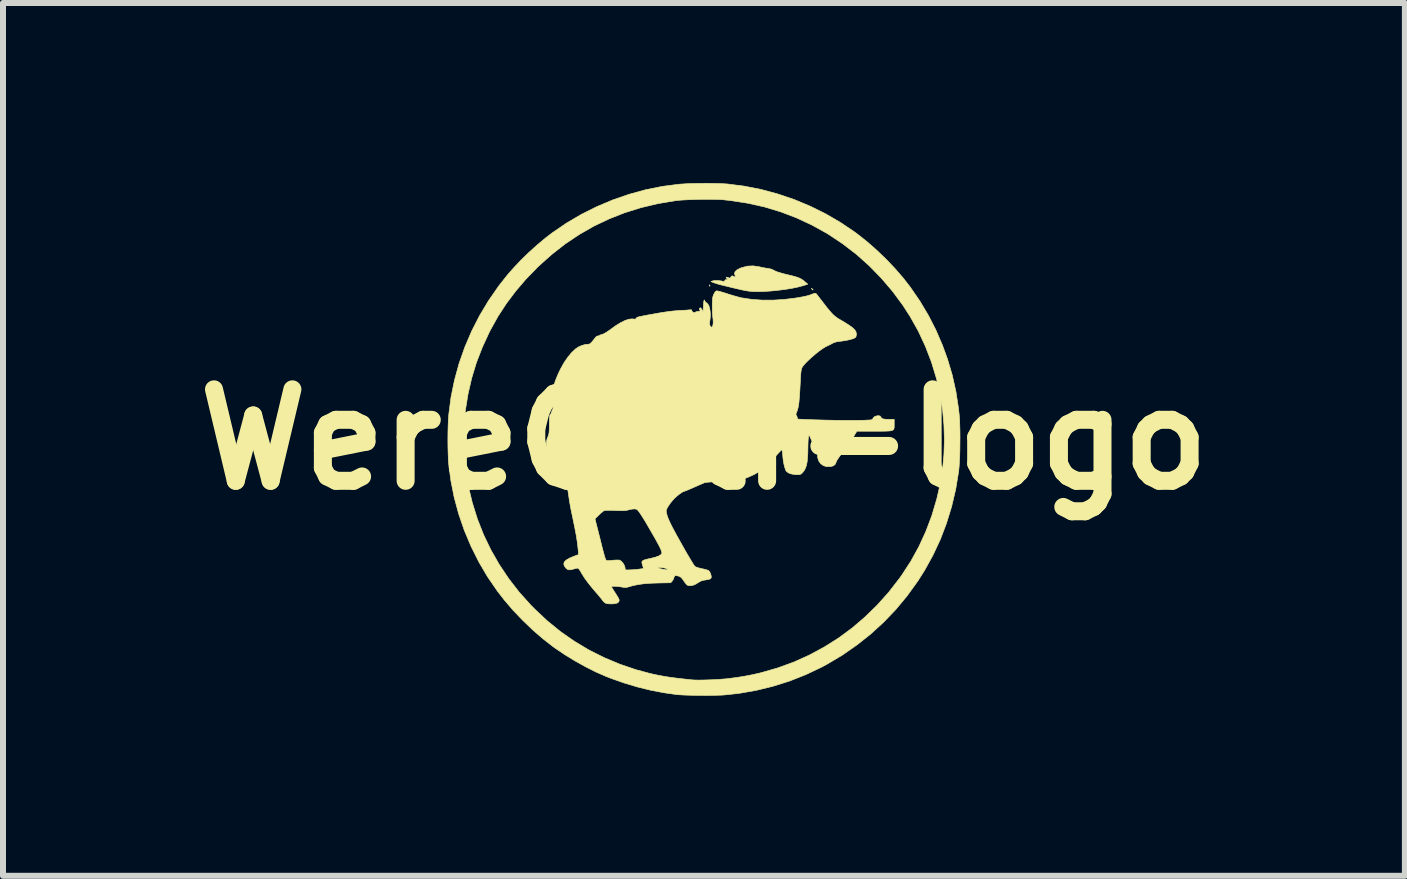
<source format=kicad_pcb>
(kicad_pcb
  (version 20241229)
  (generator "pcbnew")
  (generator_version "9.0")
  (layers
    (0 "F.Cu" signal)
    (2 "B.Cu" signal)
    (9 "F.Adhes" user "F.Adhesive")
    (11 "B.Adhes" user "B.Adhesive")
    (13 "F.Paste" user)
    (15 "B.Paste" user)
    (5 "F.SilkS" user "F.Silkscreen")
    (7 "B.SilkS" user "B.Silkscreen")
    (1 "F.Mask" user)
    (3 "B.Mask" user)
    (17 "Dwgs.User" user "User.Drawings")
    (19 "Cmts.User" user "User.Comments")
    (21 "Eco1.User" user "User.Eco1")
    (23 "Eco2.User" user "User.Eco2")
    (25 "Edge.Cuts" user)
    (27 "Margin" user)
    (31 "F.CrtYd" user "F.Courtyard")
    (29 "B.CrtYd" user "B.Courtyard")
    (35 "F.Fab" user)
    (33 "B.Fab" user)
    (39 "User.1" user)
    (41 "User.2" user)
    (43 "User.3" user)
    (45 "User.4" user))
  (footprint "WereCatf-logo"
    (layer "F.Cu")
    (at 8.68 4.272)
    (property "Reference" "WereCatf-logo" (at 0 0 0) (layer "F.SilkS") (effects (font (size 1.524 1.524) (thickness 0.3))))
    (attr through_hole)
    (fp_poly (pts (xy 0.098 -2.572) (xy 0.1 -2.557) (xy 0.098 -2.553) (xy 0.093 -2.556) (xy 0.092 -2.566) (xy 0.095 -2.577) (xy 0.098 -2.572)) (stroke (width 0.01) (type solid)) (fill yes) (layer "F.SilkS"))
    (fp_poly (pts (xy 1.793 -2.516) (xy 1.801 -2.511) (xy 1.817 -2.496) (xy 1.817 -2.489) (xy 1.815 -2.489) (xy 1.806 -2.496) (xy 1.797 -2.507) (xy 1.788 -2.519) (xy 1.793 -2.516)) (stroke (width 0.01) (type solid)) (fill yes) (layer "F.SilkS"))
    (fp_poly (pts (xy 0.916 -2.878) (xy 0.919 -2.877) (xy 0.968 -2.866) (xy 1.02 -2.856) (xy 1.063 -2.85) (xy 1.064 -2.85) (xy 1.119 -2.839) (xy 1.161 -2.82) (xy 1.162 -2.819) (xy 1.185 -2.807) (xy 1.218 -2.793) (xy 1.263 -2.779) (xy 1.322 -2.762) (xy 1.398 -2.743) (xy 1.459 -2.729) (xy 1.526 -2.711) (xy 1.58 -2.693) (xy 1.624 -2.671) (xy 1.664 -2.643) (xy 1.685 -2.625) (xy 1.73 -2.587) (xy 1.655 -2.563) (xy 1.57 -2.54) (xy 1.47 -2.519) (xy 1.359 -2.501) (xy 1.243 -2.486) (xy 1.126 -2.474) (xy 1.011 -2.466) (xy 0.905 -2.463) (xy 0.811 -2.465) (xy 0.766 -2.469) (xy 0.741 -2.472) (xy 0.714 -2.476) (xy 0.684 -2.481) (xy 0.647 -2.489) (xy 0.602 -2.499) (xy 0.546 -2.512) (xy 0.476 -2.528) (xy 0.392 -2.549) (xy 0.3 -2.571) (xy 0.253 -2.583) (xy 0.207 -2.597) (xy 0.17 -2.609) (xy 0.168 -2.61) (xy 0.117 -2.63) (xy 0.147 -2.642) (xy 0.179 -2.648) (xy 0.223 -2.648) (xy 0.275 -2.643) (xy 0.318 -2.635) (xy 0.338 -2.633) (xy 0.345 -2.642) (xy 0.345 -2.645) (xy 0.354 -2.659) (xy 0.372 -2.662) (xy 0.391 -2.663) (xy 0.392 -2.67) (xy 0.381 -2.682) (xy 0.369 -2.697) (xy 0.371 -2.702) (xy 0.382 -2.703) (xy 0.405 -2.697) (xy 0.414 -2.691) (xy 0.426 -2.686) (xy 0.44 -2.697) (xy 0.447 -2.706) (xy 0.463 -2.723) (xy 0.475 -2.726) (xy 0.492 -2.717) (xy 0.513 -2.709) (xy 0.523 -2.714) (xy 0.519 -2.731) (xy 0.518 -2.734) (xy 0.508 -2.765) (xy 0.518 -2.795) (xy 0.547 -2.823) (xy 0.597 -2.85) (xy 0.625 -2.861) (xy 0.722 -2.887) (xy 0.819 -2.892) (xy 0.916 -2.878)) (stroke (width 0.01) (type solid)) (fill yes) (layer "F.SilkS"))
    (fp_poly (pts (xy 0.141 -4.266) (xy 0.235 -4.264) (xy 0.318 -4.261) (xy 0.385 -4.257) (xy 0.386 -4.257) (xy 0.668 -4.221) (xy 0.949 -4.166) (xy 1.227 -4.091) (xy 1.5 -3.999) (xy 1.766 -3.888) (xy 2.024 -3.761) (xy 2.272 -3.617) (xy 2.508 -3.458) (xy 2.563 -3.417) (xy 2.723 -3.29) (xy 2.883 -3.149) (xy 3.038 -3) (xy 3.185 -2.845) (xy 3.32 -2.689) (xy 3.436 -2.54) (xy 3.597 -2.306) (xy 3.739 -2.068) (xy 3.864 -1.824) (xy 3.973 -1.571) (xy 4.057 -1.341) (xy 4.137 -1.072) (xy 4.198 -0.798) (xy 4.241 -0.517) (xy 4.253 -0.406) (xy 4.259 -0.334) (xy 4.262 -0.246) (xy 4.265 -0.148) (xy 4.266 -0.042) (xy 4.265 0.066) (xy 4.264 0.175) (xy 4.261 0.279) (xy 4.256 0.374) (xy 4.251 0.458) (xy 4.244 0.526) (xy 4.243 0.536) (xy 4.194 0.833) (xy 4.126 1.121) (xy 4.04 1.4) (xy 3.937 1.67) (xy 3.814 1.932) (xy 3.674 2.185) (xy 3.561 2.363) (xy 3.387 2.604) (xy 3.199 2.831) (xy 2.996 3.043) (xy 2.779 3.242) (xy 2.548 3.425) (xy 2.305 3.594) (xy 2.049 3.746) (xy 1.956 3.796) (xy 1.695 3.92) (xy 1.426 4.026) (xy 1.149 4.113) (xy 0.867 4.182) (xy 0.579 4.232) (xy 0.35 4.257) (xy 0.289 4.261) (xy 0.213 4.263) (xy 0.126 4.265) (xy 0.032 4.266) (xy -0.066 4.265) (xy -0.163 4.264) (xy -0.255 4.262) (xy -0.338 4.259) (xy -0.408 4.255) (xy -0.457 4.251) (xy -0.668 4.221) (xy -0.888 4.179) (xy -1.111 4.124) (xy -1.331 4.058) (xy -1.544 3.983) (xy -1.639 3.946) (xy -1.805 3.873) (xy -1.977 3.786) (xy -2.151 3.689) (xy -2.321 3.585) (xy -2.481 3.477) (xy -2.521 3.448) (xy -2.689 3.317) (xy -2.858 3.17) (xy -3.023 3.011) (xy -3.182 2.845) (xy -3.328 2.674) (xy -3.443 2.526) (xy -3.606 2.289) (xy -3.752 2.04) (xy -3.881 1.782) (xy -3.993 1.516) (xy -4.087 1.243) (xy -4.162 0.966) (xy -4.218 0.684) (xy -4.252 0.419) (xy -4.259 0.333) (xy -4.263 0.231) (xy -4.266 0.12) (xy -4.267 0.003) (xy -4.266 -0.081) (xy -4.001 -0.081) (xy -4.001 0.016) (xy -3.999 0.116) (xy -3.996 0.214) (xy -3.992 0.306) (xy -3.987 0.388) (xy -3.981 0.456) (xy -3.978 0.478) (xy -3.929 0.769) (xy -3.861 1.051) (xy -3.776 1.324) (xy -3.673 1.586) (xy -3.551 1.84) (xy -3.412 2.083) (xy -3.255 2.318) (xy -3.08 2.544) (xy -2.886 2.76) (xy -2.821 2.826) (xy -2.612 3.022) (xy -2.391 3.202) (xy -2.16 3.363) (xy -1.918 3.508) (xy -1.665 3.635) (xy -1.403 3.745) (xy -1.132 3.837) (xy -0.909 3.897) (xy -0.832 3.915) (xy -0.758 3.93) (xy -0.684 3.944) (xy -0.607 3.957) (xy -0.523 3.969) (xy -0.428 3.981) (xy -0.321 3.993) (xy -0.196 4.006) (xy -0.188 4.007) (xy -0.147 4.009) (xy -0.089 4.01) (xy -0.02 4.009) (xy 0.058 4.007) (xy 0.14 4.004) (xy 0.222 4) (xy 0.3 3.994) (xy 0.37 3.989) (xy 0.417 3.983) (xy 0.557 3.965) (xy 0.684 3.944) (xy 0.804 3.921) (xy 0.924 3.894) (xy 0.959 3.885) (xy 1.233 3.806) (xy 1.499 3.709) (xy 1.756 3.593) (xy 2.003 3.46) (xy 2.241 3.31) (xy 2.468 3.143) (xy 2.683 2.959) (xy 2.888 2.759) (xy 3.08 2.544) (xy 3.259 2.313) (xy 3.299 2.257) (xy 3.449 2.026) (xy 3.582 1.784) (xy 3.698 1.531) (xy 3.797 1.268) (xy 3.878 0.996) (xy 3.938 0.737) (xy 3.975 0.5) (xy 3.998 0.255) (xy 4.006 0.005) (xy 3.998 -0.246) (xy 3.976 -0.492) (xy 3.939 -0.729) (xy 3.938 -0.737) (xy 3.873 -1.018) (xy 3.79 -1.29) (xy 3.689 -1.553) (xy 3.571 -1.806) (xy 3.435 -2.048) (xy 3.318 -2.23) (xy 3.143 -2.467) (xy 2.954 -2.688) (xy 2.752 -2.895) (xy 2.538 -3.086) (xy 2.31 -3.261) (xy 2.071 -3.42) (xy 2.045 -3.436) (xy 1.797 -3.573) (xy 1.542 -3.692) (xy 1.279 -3.792) (xy 1.008 -3.874) (xy 0.73 -3.936) (xy 0.443 -3.98) (xy 0.316 -3.994) (xy 0.252 -3.998) (xy 0.172 -4) (xy 0.081 -4.001) (xy -0.016 -4.001) (xy -0.116 -3.999) (xy -0.214 -3.996) (xy -0.307 -3.992) (xy -0.389 -3.987) (xy -0.456 -3.981) (xy -0.478 -3.978) (xy -0.769 -3.929) (xy -1.05 -3.862) (xy -1.322 -3.777) (xy -1.583 -3.674) (xy -1.835 -3.554) (xy -2.078 -3.415) (xy -2.311 -3.259) (xy -2.535 -3.084) (xy -2.75 -2.892) (xy -2.778 -2.865) (xy -2.967 -2.67) (xy -3.138 -2.47) (xy -3.292 -2.265) (xy -3.431 -2.052) (xy -3.555 -1.829) (xy -3.578 -1.785) (xy -3.694 -1.533) (xy -3.792 -1.28) (xy -3.87 -1.023) (xy -3.931 -0.759) (xy -3.975 -0.487) (xy -3.994 -0.316) (xy -3.998 -0.252) (xy -4 -0.172) (xy -4.001 -0.081) (xy -4.266 -0.081) (xy -4.266 -0.114) (xy -4.263 -0.225) (xy -4.259 -0.327) (xy -4.252 -0.414) (xy -4.252 -0.419) (xy -4.215 -0.705) (xy -4.157 -0.987) (xy -4.081 -1.265) (xy -3.985 -1.538) (xy -3.871 -1.804) (xy -3.739 -2.063) (xy -3.589 -2.313) (xy -3.422 -2.554) (xy -3.277 -2.738) (xy -3.168 -2.862) (xy -3.046 -2.991) (xy -2.914 -3.119) (xy -2.777 -3.242) (xy -2.641 -3.356) (xy -2.53 -3.441) (xy -2.292 -3.604) (xy -2.043 -3.75) (xy -1.785 -3.879) (xy -1.519 -3.991) (xy -1.247 -4.085) (xy -0.97 -4.161) (xy -0.69 -4.217) (xy -0.419 -4.252) (xy -0.348 -4.257) (xy -0.263 -4.262) (xy -0.167 -4.265) (xy -0.065 -4.266) (xy 0.039 -4.267) (xy 0.141 -4.266)) (stroke (width 0.01) (type solid)) (fill yes) (layer "F.SilkS"))
    (fp_poly (pts (xy 0.227 -2.474) (xy 0.262 -2.466) (xy 0.311 -2.452) (xy 0.371 -2.433) (xy 0.386 -2.428) (xy 0.449 -2.408) (xy 0.514 -2.389) (xy 0.575 -2.372) (xy 0.626 -2.359) (xy 0.64 -2.357) (xy 0.8 -2.333) (xy 0.973 -2.321) (xy 1.154 -2.321) (xy 1.341 -2.333) (xy 1.529 -2.356) (xy 1.643 -2.376) (xy 1.691 -2.386) (xy 1.734 -2.397) (xy 1.768 -2.407) (xy 1.78 -2.412) (xy 1.821 -2.428) (xy 1.848 -2.435) (xy 1.865 -2.432) (xy 1.873 -2.425) (xy 1.883 -2.413) (xy 1.903 -2.387) (xy 1.93 -2.351) (xy 1.964 -2.308) (xy 1.993 -2.27) (xy 2.046 -2.201) (xy 2.091 -2.147) (xy 2.128 -2.104) (xy 2.162 -2.07) (xy 2.195 -2.043) (xy 2.228 -2.019) (xy 2.261 -1.999) (xy 2.342 -1.952) (xy 2.406 -1.911) (xy 2.456 -1.877) (xy 2.492 -1.847) (xy 2.517 -1.82) (xy 2.532 -1.794) (xy 2.539 -1.768) (xy 2.54 -1.752) (xy 2.536 -1.724) (xy 2.53 -1.706) (xy 2.512 -1.691) (xy 2.476 -1.676) (xy 2.425 -1.662) (xy 2.361 -1.648) (xy 2.285 -1.637) (xy 2.235 -1.631) (xy 2.195 -1.623) (xy 2.158 -1.61) (xy 2.143 -1.603) (xy 2.113 -1.586) (xy 2.075 -1.567) (xy 2.056 -1.559) (xy 2.016 -1.538) (xy 1.967 -1.507) (xy 1.912 -1.467) (xy 1.855 -1.421) (xy 1.798 -1.372) (xy 1.744 -1.323) (xy 1.697 -1.277) (xy 1.66 -1.235) (xy 1.636 -1.202) (xy 1.632 -1.194) (xy 1.625 -1.175) (xy 1.619 -1.146) (xy 1.614 -1.104) (xy 1.61 -1.047) (xy 1.606 -0.974) (xy 1.605 -0.953) (xy 1.599 -0.845) (xy 1.594 -0.756) (xy 1.588 -0.682) (xy 1.583 -0.622) (xy 1.576 -0.573) (xy 1.569 -0.534) (xy 1.561 -0.502) (xy 1.552 -0.474) (xy 1.551 -0.472) (xy 1.531 -0.418) (xy 1.521 -0.379) (xy 1.52 -0.355) (xy 1.529 -0.342) (xy 1.532 -0.341) (xy 1.546 -0.34) (xy 1.578 -0.338) (xy 1.625 -0.336) (xy 1.685 -0.333) (xy 1.756 -0.33) (xy 1.836 -0.327) (xy 1.915 -0.325) (xy 2.016 -0.322) (xy 2.119 -0.32) (xy 2.223 -0.318) (xy 2.324 -0.317) (xy 2.421 -0.317) (xy 2.511 -0.317) (xy 2.593 -0.318) (xy 2.664 -0.319) (xy 2.722 -0.322) (xy 2.765 -0.324) (xy 2.791 -0.327) (xy 2.796 -0.329) (xy 2.814 -0.345) (xy 2.819 -0.355) (xy 2.835 -0.375) (xy 2.864 -0.389) (xy 2.901 -0.396) (xy 2.906 -0.396) (xy 2.933 -0.39) (xy 2.948 -0.372) (xy 2.958 -0.356) (xy 2.973 -0.346) (xy 2.997 -0.339) (xy 3.033 -0.336) (xy 3.086 -0.335) (xy 3.17 -0.335) (xy 3.17 -0.256) (xy 3.17 -0.223) (xy 3.169 -0.197) (xy 3.165 -0.177) (xy 3.156 -0.162) (xy 3.139 -0.151) (xy 3.113 -0.144) (xy 3.076 -0.14) (xy 3.025 -0.138) (xy 2.959 -0.137) (xy 2.876 -0.137) (xy 2.837 -0.137) (xy 2.548 -0.137) (xy 2.508 -0.072) (xy 2.485 -0.03) (xy 2.465 0.014) (xy 2.452 0.048) (xy 2.438 0.083) (xy 2.417 0.113) (xy 2.386 0.144) (xy 2.378 0.151) (xy 2.341 0.187) (xy 2.302 0.23) (xy 2.265 0.275) (xy 2.234 0.319) (xy 2.211 0.356) (xy 2.2 0.384) (xy 2.185 0.416) (xy 2.157 0.439) (xy 2.112 0.452) (xy 2.101 0.453) (xy 2.04 0.453) (xy 1.987 0.435) (xy 1.943 0.402) (xy 1.911 0.356) (xy 1.894 0.3) (xy 1.893 0.24) (xy 1.901 0.192) (xy 1.918 0.15) (xy 1.945 0.108) (xy 1.984 0.064) (xy 2.008 0.037) (xy 2.024 0.015) (xy 2.029 0.004) (xy 2.028 0.003) (xy 2.015 0.002) (xy 1.991 0.008) (xy 1.973 0.014) (xy 1.913 0.036) (xy 1.869 0.047) (xy 1.836 0.049) (xy 1.812 0.039) (xy 1.794 0.019) (xy 1.78 -0.013) (xy 1.767 -0.044) (xy 1.757 -0.062) (xy 1.749 -0.066) (xy 1.743 -0.053) (xy 1.739 -0.025) (xy 1.735 0.022) (xy 1.733 0.087) (xy 1.732 0.137) (xy 1.73 0.232) (xy 1.725 0.31) (xy 1.719 0.373) (xy 1.709 0.424) (xy 1.696 0.466) (xy 1.68 0.501) (xy 1.666 0.523) (xy 1.64 0.557) (xy 1.615 0.577) (xy 1.586 0.587) (xy 1.545 0.588) (xy 1.522 0.586) (xy 1.458 0.576) (xy 1.408 0.558) (xy 1.375 0.533) (xy 1.364 0.518) (xy 1.348 0.473) (xy 1.333 0.416) (xy 1.321 0.352) (xy 1.315 0.295) (xy 1.311 0.254) (xy 1.308 0.218) (xy 1.305 0.195) (xy 1.304 0.194) (xy 1.299 0.17) (xy 1.268 0.199) (xy 1.25 0.218) (xy 1.222 0.248) (xy 1.188 0.286) (xy 1.151 0.327) (xy 1.145 0.334) (xy 1.07 0.414) (xy 0.997 0.481) (xy 0.919 0.537) (xy 0.833 0.586) (xy 0.735 0.63) (xy 0.655 0.661) (xy 0.564 0.694) (xy 0.305 0.701) (xy 0.21 0.704) (xy 0.132 0.708) (xy 0.072 0.712) (xy 0.031 0.717) (xy 0.01 0.721) (xy -0.012 0.73) (xy -0.047 0.745) (xy -0.093 0.765) (xy -0.145 0.788) (xy -0.17 0.799) (xy -0.22 0.821) (xy -0.265 0.84) (xy -0.3 0.854) (xy -0.322 0.862) (xy -0.327 0.864) (xy -0.346 0.87) (xy -0.375 0.887) (xy -0.411 0.913) (xy -0.448 0.942) (xy -0.484 0.974) (xy -0.492 0.982) (xy -0.527 1.02) (xy -0.561 1.063) (xy -0.591 1.106) (xy -0.614 1.145) (xy -0.627 1.176) (xy -0.63 1.189) (xy -0.624 1.231) (xy -0.608 1.287) (xy -0.581 1.353) (xy -0.548 1.422) (xy -0.52 1.477) (xy -0.486 1.54) (xy -0.449 1.609) (xy -0.408 1.682) (xy -0.367 1.755) (xy -0.326 1.828) (xy -0.286 1.898) (xy -0.248 1.961) (xy -0.215 2.017) (xy -0.187 2.063) (xy -0.166 2.096) (xy -0.152 2.114) (xy -0.15 2.117) (xy -0.129 2.127) (xy -0.094 2.139) (xy -0.051 2.15) (xy -0.031 2.154) (xy 0.012 2.164) (xy 0.048 2.174) (xy 0.073 2.183) (xy 0.079 2.186) (xy 0.097 2.21) (xy 0.113 2.245) (xy 0.121 2.28) (xy 0.122 2.29) (xy 0.118 2.31) (xy 0.104 2.324) (xy 0.077 2.333) (xy 0.034 2.34) (xy 0.022 2.342) (xy -0.02 2.349) (xy -0.058 2.363) (xy -0.098 2.387) (xy -0.103 2.39) (xy -0.146 2.416) (xy -0.183 2.43) (xy -0.218 2.436) (xy -0.243 2.438) (xy -0.263 2.435) (xy -0.28 2.426) (xy -0.299 2.408) (xy -0.322 2.378) (xy -0.352 2.334) (xy -0.378 2.302) (xy -0.405 2.284) (xy -0.427 2.276) (xy -0.463 2.269) (xy -0.484 2.272) (xy -0.496 2.288) (xy -0.501 2.304) (xy -0.512 2.334) (xy -0.53 2.361) (xy -0.554 2.388) (xy -0.757 2.392) (xy -0.884 2.396) (xy -0.994 2.404) (xy -1.09 2.417) (xy -1.175 2.434) (xy -1.233 2.45) (xy -1.273 2.462) (xy -1.302 2.467) (xy -1.33 2.466) (xy -1.365 2.46) (xy -1.405 2.454) (xy -1.447 2.449) (xy -1.487 2.447) (xy -1.519 2.447) (xy -1.538 2.45) (xy -1.541 2.452) (xy -1.537 2.462) (xy -1.525 2.485) (xy -1.504 2.518) (xy -1.479 2.557) (xy -1.453 2.598) (xy -1.431 2.635) (xy -1.417 2.663) (xy -1.412 2.678) (xy -1.42 2.706) (xy -1.445 2.726) (xy -1.487 2.737) (xy -1.527 2.74) (xy -1.569 2.74) (xy -1.606 2.737) (xy -1.631 2.733) (xy -1.656 2.718) (xy -1.682 2.692) (xy -1.687 2.686) (xy -1.703 2.664) (xy -1.729 2.631) (xy -1.762 2.591) (xy -1.798 2.55) (xy -1.802 2.546) (xy -1.874 2.46) (xy -1.934 2.385) (xy -1.984 2.317) (xy -2.025 2.253) (xy -2.043 2.223) (xy -2.067 2.182) (xy -2.088 2.155) (xy -2.102 2.144) (xy -2.103 2.144) (xy -2.123 2.147) (xy -2.152 2.154) (xy -2.17 2.159) (xy -2.216 2.171) (xy -2.25 2.173) (xy -2.275 2.165) (xy -2.299 2.145) (xy -2.305 2.138) (xy -2.33 2.102) (xy -2.336 2.069) (xy -2.325 2.039) (xy -2.294 2.009) (xy -2.244 1.98) (xy -2.187 1.955) (xy -2.09 1.918) (xy -2.097 1.831) (xy -2.108 1.731) (xy -2.126 1.612) (xy -2.152 1.475) (xy -2.183 1.323) (xy -1.816 1.323) (xy -1.729 1.667) (xy -1.706 1.76) (xy -1.687 1.835) (xy -1.671 1.893) (xy -1.659 1.938) (xy -1.649 1.971) (xy -1.64 1.993) (xy -1.634 2.007) (xy -1.627 2.014) (xy -1.621 2.017) (xy -1.602 2.019) (xy -1.568 2.018) (xy -1.527 2.014) (xy -1.515 2.013) (xy -1.46 2.009) (xy -1.419 2.01) (xy -1.402 2.013) (xy -1.376 2.031) (xy -1.349 2.061) (xy -1.328 2.097) (xy -1.316 2.132) (xy -1.315 2.138) (xy -1.313 2.161) (xy -1.311 2.172) (xy -1.311 2.172) (xy -1.301 2.174) (xy -1.275 2.175) (xy -1.239 2.174) (xy -1.195 2.172) (xy -1.151 2.169) (xy -1.109 2.165) (xy -1.097 2.163) (xy -1.058 2.158) (xy -1.027 2.154) (xy -1.01 2.151) (xy -1.009 2.15) (xy -1.01 2.139) (xy -1.01 2.139) (xy -0.768 2.139) (xy -0.757 2.145) (xy -0.728 2.154) (xy -0.698 2.16) (xy -0.651 2.169) (xy -0.621 2.172) (xy -0.606 2.172) (xy -0.603 2.167) (xy -0.604 2.164) (xy -0.62 2.154) (xy -0.65 2.144) (xy -0.687 2.137) (xy -0.726 2.134) (xy -0.731 2.134) (xy -0.759 2.135) (xy -0.768 2.139) (xy -1.01 2.139) (xy -1.017 2.117) (xy -1.021 2.103) (xy -1.031 2.072) (xy -1.035 2.048) (xy -1.03 2.03) (xy -1.014 2.016) (xy -0.984 2.005) (xy -0.939 1.993) (xy -0.884 1.981) (xy -0.809 1.962) (xy -0.754 1.942) (xy -0.719 1.921) (xy -0.707 1.908) (xy -0.703 1.896) (xy -0.703 1.879) (xy -0.71 1.855) (xy -0.723 1.823) (xy -0.743 1.781) (xy -0.772 1.727) (xy -0.809 1.659) (xy -0.849 1.59) (xy -0.903 1.496) (xy -0.949 1.417) (xy -0.987 1.352) (xy -1.02 1.3) (xy -1.047 1.257) (xy -1.071 1.222) (xy -1.09 1.196) (xy -1.111 1.172) (xy -1.131 1.161) (xy -1.158 1.158) (xy -1.162 1.158) (xy -1.198 1.161) (xy -1.24 1.169) (xy -1.261 1.175) (xy -1.286 1.181) (xy -1.313 1.185) (xy -1.346 1.187) (xy -1.39 1.187) (xy -1.449 1.185) (xy -1.48 1.184) (xy -1.55 1.181) (xy -1.601 1.181) (xy -1.637 1.183) (xy -1.66 1.186) (xy -1.668 1.189) (xy -1.686 1.202) (xy -1.713 1.224) (xy -1.745 1.253) (xy -1.754 1.262) (xy -1.816 1.323) (xy -2.183 1.323) (xy -2.184 1.318) (xy -2.189 1.296) (xy -2.204 1.224) (xy -2.219 1.151) (xy -2.232 1.08) (xy -2.243 1.019) (xy -2.249 0.975) (xy -2.256 0.927) (xy -2.262 0.886) (xy -2.267 0.856) (xy -2.271 0.842) (xy -2.282 0.828) (xy -2.306 0.808) (xy -2.327 0.793) (xy -2.375 0.756) (xy -2.425 0.707) (xy -2.471 0.651) (xy -2.509 0.596) (xy -2.511 0.593) (xy -2.53 0.564) (xy -2.549 0.543) (xy -2.56 0.536) (xy -2.573 0.526) (xy -2.582 0.503) (xy -2.585 0.481) (xy -2.591 0.445) (xy -2.6 0.399) (xy -2.609 0.361) (xy -2.618 0.309) (xy -2.624 0.246) (xy -2.626 0.168) (xy -2.626 0.152) (xy -2.626 0.095) (xy -2.625 0.053) (xy -2.621 0.021) (xy -2.616 -0.004) (xy -2.607 -0.028) (xy -2.602 -0.041) (xy -2.592 -0.064) (xy -2.586 -0.087) (xy -2.581 -0.113) (xy -2.579 -0.146) (xy -2.577 -0.192) (xy -2.577 -0.253) (xy -2.576 -0.318) (xy -2.574 -0.364) (xy -2.571 -0.394) (xy -2.566 -0.41) (xy -2.563 -0.414) (xy -2.551 -0.425) (xy -2.55 -0.429) (xy -2.546 -0.445) (xy -2.535 -0.47) (xy -2.529 -0.485) (xy -2.517 -0.515) (xy -2.51 -0.55) (xy -2.507 -0.595) (xy -2.507 -0.618) (xy -2.508 -0.665) (xy -2.512 -0.703) (xy -2.518 -0.728) (xy -2.519 -0.73) (xy -2.526 -0.751) (xy -2.519 -0.768) (xy -2.512 -0.788) (xy -2.512 -0.817) (xy -2.512 -0.82) (xy -2.511 -0.856) (xy -2.499 -0.906) (xy -2.479 -0.969) (xy -2.451 -1.041) (xy -2.416 -1.121) (xy -2.387 -1.179) (xy -2.333 -1.277) (xy -2.271 -1.367) (xy -2.206 -1.446) (xy -2.14 -1.508) (xy -2.091 -1.541) (xy -2.034 -1.566) (xy -1.977 -1.582) (xy -1.942 -1.585) (xy -1.922 -1.586) (xy -1.906 -1.591) (xy -1.889 -1.603) (xy -1.868 -1.624) (xy -1.841 -1.657) (xy -1.815 -1.691) (xy -1.794 -1.714) (xy -1.777 -1.724) (xy -1.772 -1.723) (xy -1.756 -1.724) (xy -1.752 -1.728) (xy -1.74 -1.736) (xy -1.714 -1.745) (xy -1.699 -1.749) (xy -1.661 -1.764) (xy -1.614 -1.793) (xy -1.57 -1.823) (xy -1.474 -1.893) (xy -1.389 -1.945) (xy -1.315 -1.982) (xy -1.251 -2.003) (xy -1.196 -2.009) (xy -1.179 -2.007) (xy -1.152 -2.004) (xy -1.136 -2.009) (xy -1.129 -2.02) (xy -1.125 -2.025) (xy -1.12 -2.03) (xy -1.112 -2.035) (xy -1.097 -2.04) (xy -1.076 -2.045) (xy -1.045 -2.052) (xy -1.003 -2.06) (xy -0.948 -2.071) (xy -0.879 -2.083) (xy -0.792 -2.099) (xy -0.716 -2.112) (xy -0.625 -2.126) (xy -0.532 -2.138) (xy -0.445 -2.146) (xy -0.401 -2.149) (xy -0.347 -2.151) (xy -0.299 -2.154) (xy -0.26 -2.157) (xy -0.235 -2.16) (xy -0.232 -2.16) (xy -0.211 -2.161) (xy -0.203 -2.15) (xy -0.201 -2.142) (xy -0.19 -2.123) (xy -0.169 -2.114) (xy -0.146 -2.117) (xy -0.139 -2.123) (xy -0.122 -2.13) (xy -0.095 -2.134) (xy -0.094 -2.134) (xy -0.071 -2.137) (xy -0.061 -2.144) (xy -0.065 -2.153) (xy -0.072 -2.156) (xy -0.077 -2.166) (xy -0.074 -2.182) (xy -0.064 -2.193) (xy -0.06 -2.195) (xy -0.05 -2.186) (xy -0.036 -2.167) (xy -0.033 -2.162) (xy -0.015 -2.129) (xy -0.01 -2.222) (xy -0.007 -2.264) (xy -0.003 -2.297) (xy 0.001 -2.318) (xy 0.003 -2.323) (xy 0.009 -2.321) (xy 0.01 -2.314) (xy 0.018 -2.298) (xy 0.035 -2.282) (xy 0.062 -2.259) (xy 0.081 -2.23) (xy 0.094 -2.188) (xy 0.101 -2.15) (xy 0.107 -2.093) (xy 0.105 -2.036) (xy 0.101 -2) (xy 0.095 -1.955) (xy 0.094 -1.925) (xy 0.097 -1.905) (xy 0.102 -1.894) (xy 0.118 -1.874) (xy 0.131 -1.871) (xy 0.143 -1.885) (xy 0.15 -1.911) (xy 0.154 -1.948) (xy 0.152 -1.994) (xy 0.149 -2.017) (xy 0.145 -2.055) (xy 0.141 -2.107) (xy 0.139 -2.165) (xy 0.138 -2.224) (xy 0.138 -2.225) (xy 0.139 -2.283) (xy 0.141 -2.326) (xy 0.144 -2.357) (xy 0.15 -2.383) (xy 0.158 -2.407) (xy 0.162 -2.416) (xy 0.183 -2.454) (xy 0.203 -2.473) (xy 0.208 -2.475) (xy 0.227 -2.474)) (stroke (width 0.01) (type solid)) (fill yes) (layer "F.SilkS")))
  (gr_rect
    (start -3 -3)
    (end 20.359 11.543)
    (stroke (width 0.1) (type default))
    (fill no)
    (layer "Edge.Cuts")))
</source>
